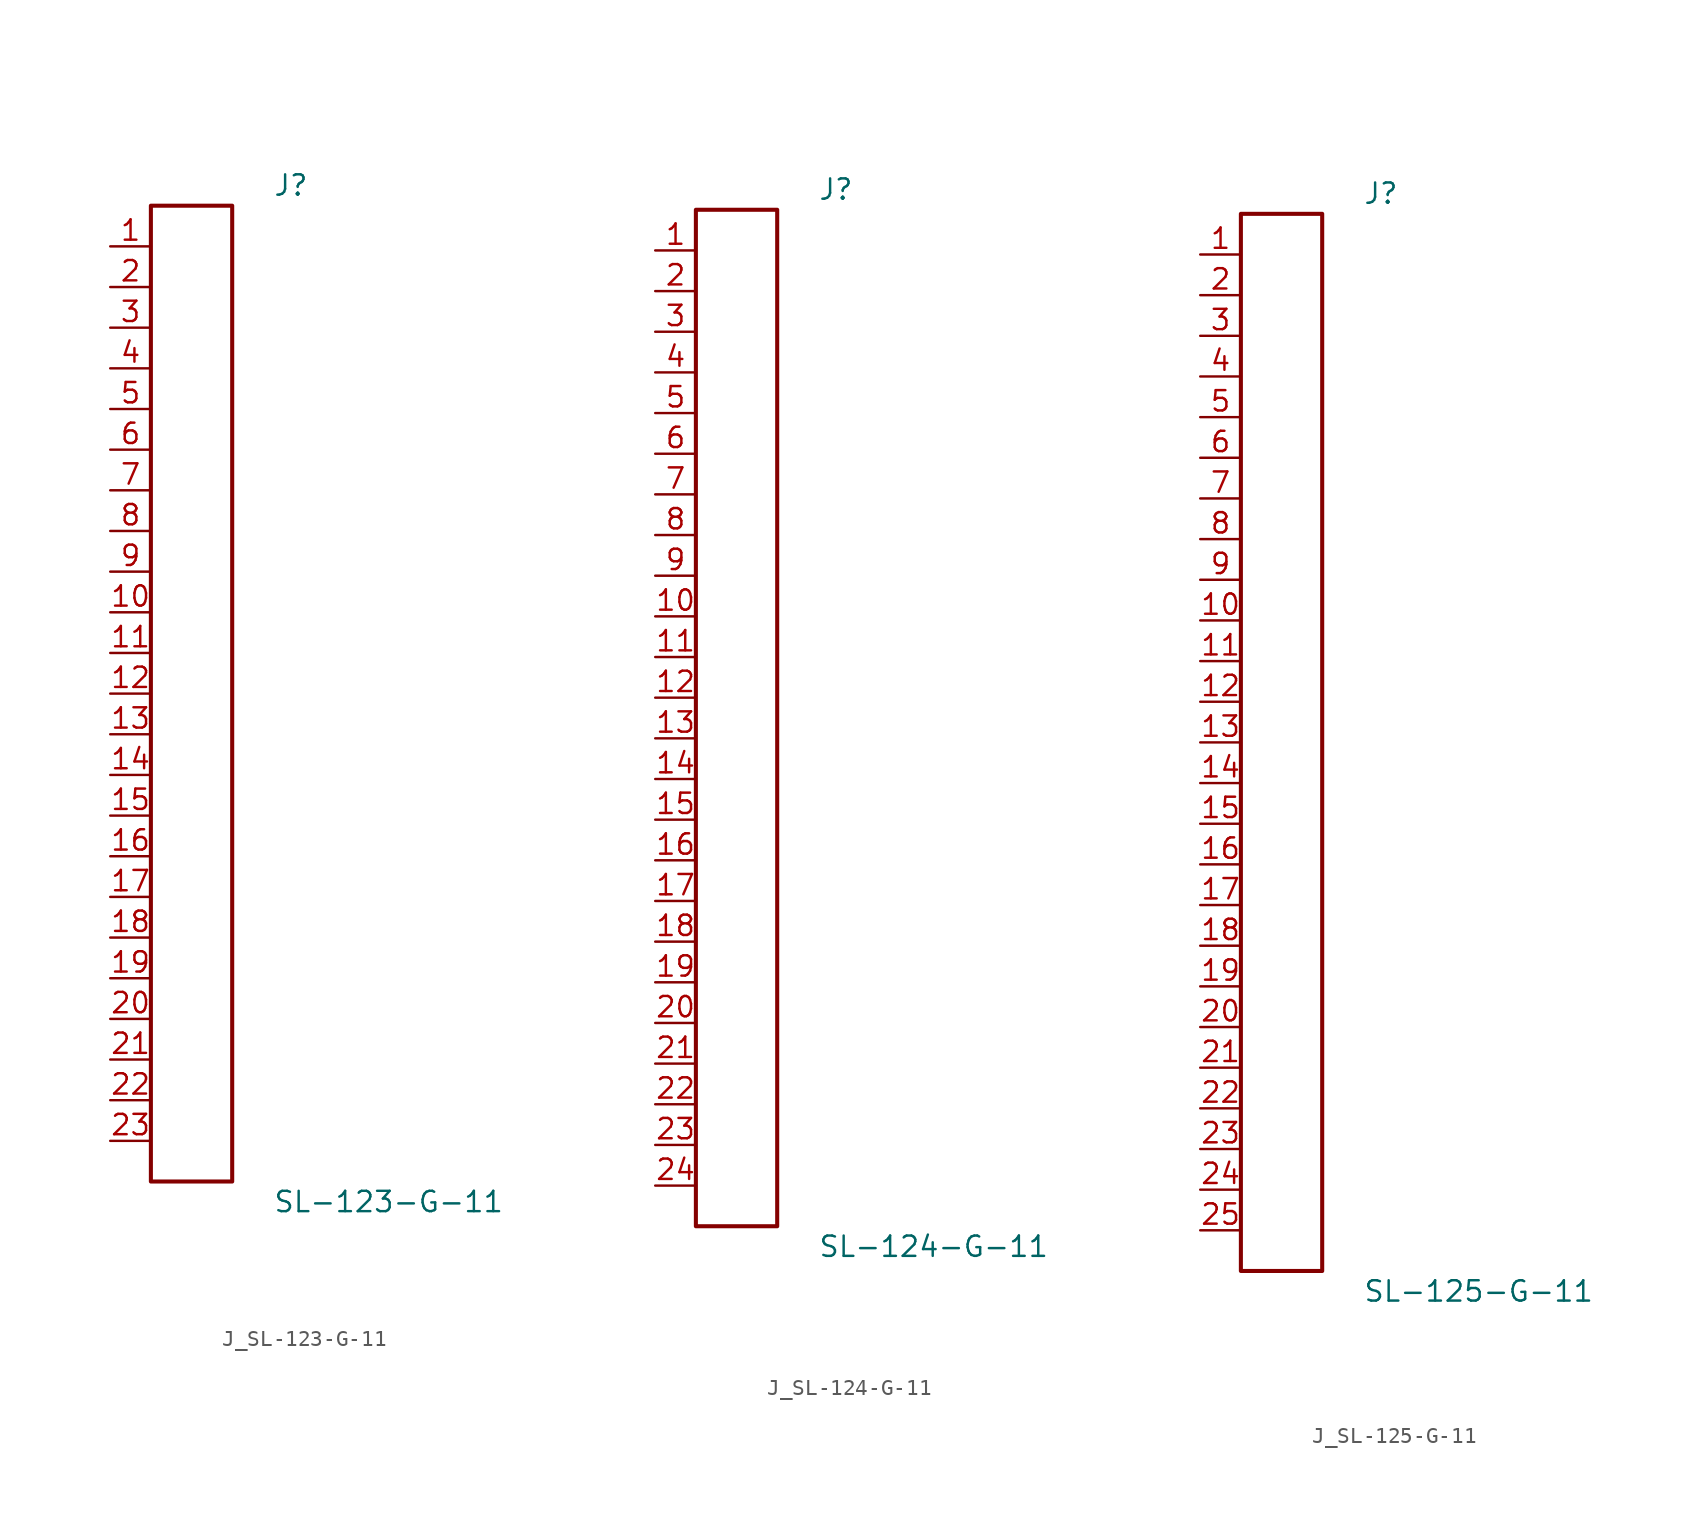
<source format=kicad_sym>
(kicad_symbol_lib
  (version 20231120)
  (generator kicad_symbol_editor)
  (generator_version 8.0)
  (symbol "J_SL-123-G-11"
    (pin_names
      (offset 0.254))
    (property "Reference" "J"
      (at 5.08 31.75 0)
      (effects (font (size 1.27 1.27)) (justify left)))
    (property "Value" "SL-123-G-11"
      (at 5.08 -31.75 0)
      (effects (font (size 1.27 1.27)) (justify left)))
    (symbol "J_SL-123-G-11_0_0"
      (pin unspecified line (at -5.08 27.94 0) (length 2.54) (name "" (effects (font (size 1.27 1.27)))) (number "1" (effects (font (size 1.27 1.27)))))
      (pin unspecified line (at -5.08 25.4 0) (length 2.54) (name "" (effects (font (size 1.27 1.27)))) (number "2" (effects (font (size 1.27 1.27)))))
      (pin unspecified line (at -5.08 22.86 0) (length 2.54) (name "" (effects (font (size 1.27 1.27)))) (number "3" (effects (font (size 1.27 1.27)))))
      (pin unspecified line (at -5.08 20.32 0) (length 2.54) (name "" (effects (font (size 1.27 1.27)))) (number "4" (effects (font (size 1.27 1.27)))))
      (pin unspecified line (at -5.08 17.78 0) (length 2.54) (name "" (effects (font (size 1.27 1.27)))) (number "5" (effects (font (size 1.27 1.27)))))
      (pin unspecified line (at -5.08 15.24 0) (length 2.54) (name "" (effects (font (size 1.27 1.27)))) (number "6" (effects (font (size 1.27 1.27)))))
      (pin unspecified line (at -5.08 12.7 0) (length 2.54) (name "" (effects (font (size 1.27 1.27)))) (number "7" (effects (font (size 1.27 1.27)))))
      (pin unspecified line (at -5.08 10.16 0) (length 2.54) (name "" (effects (font (size 1.27 1.27)))) (number "8" (effects (font (size 1.27 1.27)))))
      (pin unspecified line (at -5.08 7.62 0) (length 2.54) (name "" (effects (font (size 1.27 1.27)))) (number "9" (effects (font (size 1.27 1.27)))))
      (pin unspecified line (at -5.08 5.08 0) (length 2.54) (name "" (effects (font (size 1.27 1.27)))) (number "10" (effects (font (size 1.27 1.27)))))
      (pin unspecified line (at -5.08 2.54 0) (length 2.54) (name "" (effects (font (size 1.27 1.27)))) (number "11" (effects (font (size 1.27 1.27)))))
      (pin unspecified line (at -5.08 0.0 0) (length 2.54) (name "" (effects (font (size 1.27 1.27)))) (number "12" (effects (font (size 1.27 1.27)))))
      (pin unspecified line (at -5.08 -2.54 0) (length 2.54) (name "" (effects (font (size 1.27 1.27)))) (number "13" (effects (font (size 1.27 1.27)))))
      (pin unspecified line (at -5.08 -5.08 0) (length 2.54) (name "" (effects (font (size 1.27 1.27)))) (number "14" (effects (font (size 1.27 1.27)))))
      (pin unspecified line (at -5.08 -7.62 0) (length 2.54) (name "" (effects (font (size 1.27 1.27)))) (number "15" (effects (font (size 1.27 1.27)))))
      (pin unspecified line (at -5.08 -10.16 0) (length 2.54) (name "" (effects (font (size 1.27 1.27)))) (number "16" (effects (font (size 1.27 1.27)))))
      (pin unspecified line (at -5.08 -12.7 0) (length 2.54) (name "" (effects (font (size 1.27 1.27)))) (number "17" (effects (font (size 1.27 1.27)))))
      (pin unspecified line (at -5.08 -15.24 0) (length 2.54) (name "" (effects (font (size 1.27 1.27)))) (number "18" (effects (font (size 1.27 1.27)))))
      (pin unspecified line (at -5.08 -17.78 0) (length 2.54) (name "" (effects (font (size 1.27 1.27)))) (number "19" (effects (font (size 1.27 1.27)))))
      (pin unspecified line (at -5.08 -20.32 0) (length 2.54) (name "" (effects (font (size 1.27 1.27)))) (number "20" (effects (font (size 1.27 1.27)))))
      (pin unspecified line (at -5.08 -22.86 0) (length 2.54) (name "" (effects (font (size 1.27 1.27)))) (number "21" (effects (font (size 1.27 1.27)))))
      (pin unspecified line (at -5.08 -25.4 0) (length 2.54) (name "" (effects (font (size 1.27 1.27)))) (number "22" (effects (font (size 1.27 1.27)))))
      (pin unspecified line (at -5.08 -27.94 0) (length 2.54) (name "" (effects (font (size 1.27 1.27)))) (number "23" (effects (font (size 1.27 1.27))))))
    (symbol "J_SL-123-G-11_1_0"
      (rectangle (start -2.54 30.48) (end 2.54 -30.48) (stroke (width 0.254) (type solid)) (fill (type none)))))
  (symbol "J_SL-124-G-11"
    (pin_names
      (offset 0.254))
    (property "Reference" "J"
      (at 5.08 33.02 0)
      (effects (font (size 1.27 1.27)) (justify left)))
    (property "Value" "SL-124-G-11"
      (at 5.08 -33.02 0)
      (effects (font (size 1.27 1.27)) (justify left)))
    (symbol "J_SL-124-G-11_0_0"
      (pin unspecified line (at -5.08 29.21 0) (length 2.54) (name "" (effects (font (size 1.27 1.27)))) (number "1" (effects (font (size 1.27 1.27)))))
      (pin unspecified line (at -5.08 26.67 0) (length 2.54) (name "" (effects (font (size 1.27 1.27)))) (number "2" (effects (font (size 1.27 1.27)))))
      (pin unspecified line (at -5.08 24.13 0) (length 2.54) (name "" (effects (font (size 1.27 1.27)))) (number "3" (effects (font (size 1.27 1.27)))))
      (pin unspecified line (at -5.08 21.59 0) (length 2.54) (name "" (effects (font (size 1.27 1.27)))) (number "4" (effects (font (size 1.27 1.27)))))
      (pin unspecified line (at -5.08 19.05 0) (length 2.54) (name "" (effects (font (size 1.27 1.27)))) (number "5" (effects (font (size 1.27 1.27)))))
      (pin unspecified line (at -5.08 16.51 0) (length 2.54) (name "" (effects (font (size 1.27 1.27)))) (number "6" (effects (font (size 1.27 1.27)))))
      (pin unspecified line (at -5.08 13.97 0) (length 2.54) (name "" (effects (font (size 1.27 1.27)))) (number "7" (effects (font (size 1.27 1.27)))))
      (pin unspecified line (at -5.08 11.43 0) (length 2.54) (name "" (effects (font (size 1.27 1.27)))) (number "8" (effects (font (size 1.27 1.27)))))
      (pin unspecified line (at -5.08 8.89 0) (length 2.54) (name "" (effects (font (size 1.27 1.27)))) (number "9" (effects (font (size 1.27 1.27)))))
      (pin unspecified line (at -5.08 6.35 0) (length 2.54) (name "" (effects (font (size 1.27 1.27)))) (number "10" (effects (font (size 1.27 1.27)))))
      (pin unspecified line (at -5.08 3.81 0) (length 2.54) (name "" (effects (font (size 1.27 1.27)))) (number "11" (effects (font (size 1.27 1.27)))))
      (pin unspecified line (at -5.08 1.27 0) (length 2.54) (name "" (effects (font (size 1.27 1.27)))) (number "12" (effects (font (size 1.27 1.27)))))
      (pin unspecified line (at -5.08 -1.27 0) (length 2.54) (name "" (effects (font (size 1.27 1.27)))) (number "13" (effects (font (size 1.27 1.27)))))
      (pin unspecified line (at -5.08 -3.81 0) (length 2.54) (name "" (effects (font (size 1.27 1.27)))) (number "14" (effects (font (size 1.27 1.27)))))
      (pin unspecified line (at -5.08 -6.35 0) (length 2.54) (name "" (effects (font (size 1.27 1.27)))) (number "15" (effects (font (size 1.27 1.27)))))
      (pin unspecified line (at -5.08 -8.89 0) (length 2.54) (name "" (effects (font (size 1.27 1.27)))) (number "16" (effects (font (size 1.27 1.27)))))
      (pin unspecified line (at -5.08 -11.43 0) (length 2.54) (name "" (effects (font (size 1.27 1.27)))) (number "17" (effects (font (size 1.27 1.27)))))
      (pin unspecified line (at -5.08 -13.97 0) (length 2.54) (name "" (effects (font (size 1.27 1.27)))) (number "18" (effects (font (size 1.27 1.27)))))
      (pin unspecified line (at -5.08 -16.51 0) (length 2.54) (name "" (effects (font (size 1.27 1.27)))) (number "19" (effects (font (size 1.27 1.27)))))
      (pin unspecified line (at -5.08 -19.05 0) (length 2.54) (name "" (effects (font (size 1.27 1.27)))) (number "20" (effects (font (size 1.27 1.27)))))
      (pin unspecified line (at -5.08 -21.59 0) (length 2.54) (name "" (effects (font (size 1.27 1.27)))) (number "21" (effects (font (size 1.27 1.27)))))
      (pin unspecified line (at -5.08 -24.13 0) (length 2.54) (name "" (effects (font (size 1.27 1.27)))) (number "22" (effects (font (size 1.27 1.27)))))
      (pin unspecified line (at -5.08 -26.67 0) (length 2.54) (name "" (effects (font (size 1.27 1.27)))) (number "23" (effects (font (size 1.27 1.27)))))
      (pin unspecified line (at -5.08 -29.21 0) (length 2.54) (name "" (effects (font (size 1.27 1.27)))) (number "24" (effects (font (size 1.27 1.27))))))
    (symbol "J_SL-124-G-11_1_0"
      (rectangle (start -2.54 31.75) (end 2.54 -31.75) (stroke (width 0.254) (type solid)) (fill (type none)))))
  (symbol "J_SL-125-G-11"
    (pin_names
      (offset 0.254))
    (property "Reference" "J"
      (at 5.08 34.29 0)
      (effects (font (size 1.27 1.27)) (justify left)))
    (property "Value" "SL-125-G-11"
      (at 5.08 -34.29 0)
      (effects (font (size 1.27 1.27)) (justify left)))
    (symbol "J_SL-125-G-11_0_0"
      (pin unspecified line (at -5.08 30.48 0) (length 2.54) (name "" (effects (font (size 1.27 1.27)))) (number "1" (effects (font (size 1.27 1.27)))))
      (pin unspecified line (at -5.08 27.94 0) (length 2.54) (name "" (effects (font (size 1.27 1.27)))) (number "2" (effects (font (size 1.27 1.27)))))
      (pin unspecified line (at -5.08 25.4 0) (length 2.54) (name "" (effects (font (size 1.27 1.27)))) (number "3" (effects (font (size 1.27 1.27)))))
      (pin unspecified line (at -5.08 22.86 0) (length 2.54) (name "" (effects (font (size 1.27 1.27)))) (number "4" (effects (font (size 1.27 1.27)))))
      (pin unspecified line (at -5.08 20.32 0) (length 2.54) (name "" (effects (font (size 1.27 1.27)))) (number "5" (effects (font (size 1.27 1.27)))))
      (pin unspecified line (at -5.08 17.78 0) (length 2.54) (name "" (effects (font (size 1.27 1.27)))) (number "6" (effects (font (size 1.27 1.27)))))
      (pin unspecified line (at -5.08 15.24 0) (length 2.54) (name "" (effects (font (size 1.27 1.27)))) (number "7" (effects (font (size 1.27 1.27)))))
      (pin unspecified line (at -5.08 12.7 0) (length 2.54) (name "" (effects (font (size 1.27 1.27)))) (number "8" (effects (font (size 1.27 1.27)))))
      (pin unspecified line (at -5.08 10.16 0) (length 2.54) (name "" (effects (font (size 1.27 1.27)))) (number "9" (effects (font (size 1.27 1.27)))))
      (pin unspecified line (at -5.08 7.62 0) (length 2.54) (name "" (effects (font (size 1.27 1.27)))) (number "10" (effects (font (size 1.27 1.27)))))
      (pin unspecified line (at -5.08 5.08 0) (length 2.54) (name "" (effects (font (size 1.27 1.27)))) (number "11" (effects (font (size 1.27 1.27)))))
      (pin unspecified line (at -5.08 2.54 0) (length 2.54) (name "" (effects (font (size 1.27 1.27)))) (number "12" (effects (font (size 1.27 1.27)))))
      (pin unspecified line (at -5.08 0.0 0) (length 2.54) (name "" (effects (font (size 1.27 1.27)))) (number "13" (effects (font (size 1.27 1.27)))))
      (pin unspecified line (at -5.08 -2.54 0) (length 2.54) (name "" (effects (font (size 1.27 1.27)))) (number "14" (effects (font (size 1.27 1.27)))))
      (pin unspecified line (at -5.08 -5.08 0) (length 2.54) (name "" (effects (font (size 1.27 1.27)))) (number "15" (effects (font (size 1.27 1.27)))))
      (pin unspecified line (at -5.08 -7.62 0) (length 2.54) (name "" (effects (font (size 1.27 1.27)))) (number "16" (effects (font (size 1.27 1.27)))))
      (pin unspecified line (at -5.08 -10.16 0) (length 2.54) (name "" (effects (font (size 1.27 1.27)))) (number "17" (effects (font (size 1.27 1.27)))))
      (pin unspecified line (at -5.08 -12.7 0) (length 2.54) (name "" (effects (font (size 1.27 1.27)))) (number "18" (effects (font (size 1.27 1.27)))))
      (pin unspecified line (at -5.08 -15.24 0) (length 2.54) (name "" (effects (font (size 1.27 1.27)))) (number "19" (effects (font (size 1.27 1.27)))))
      (pin unspecified line (at -5.08 -17.78 0) (length 2.54) (name "" (effects (font (size 1.27 1.27)))) (number "20" (effects (font (size 1.27 1.27)))))
      (pin unspecified line (at -5.08 -20.32 0) (length 2.54) (name "" (effects (font (size 1.27 1.27)))) (number "21" (effects (font (size 1.27 1.27)))))
      (pin unspecified line (at -5.08 -22.86 0) (length 2.54) (name "" (effects (font (size 1.27 1.27)))) (number "22" (effects (font (size 1.27 1.27)))))
      (pin unspecified line (at -5.08 -25.4 0) (length 2.54) (name "" (effects (font (size 1.27 1.27)))) (number "23" (effects (font (size 1.27 1.27)))))
      (pin unspecified line (at -5.08 -27.94 0) (length 2.54) (name "" (effects (font (size 1.27 1.27)))) (number "24" (effects (font (size 1.27 1.27)))))
      (pin unspecified line (at -5.08 -30.48 0) (length 2.54) (name "" (effects (font (size 1.27 1.27)))) (number "25" (effects (font (size 1.27 1.27))))))
    (symbol "J_SL-125-G-11_1_0"
      (rectangle (start -2.54 33.02) (end 2.54 -33.02) (stroke (width 0.254) (type solid)) (fill (type none))))))
</source>
